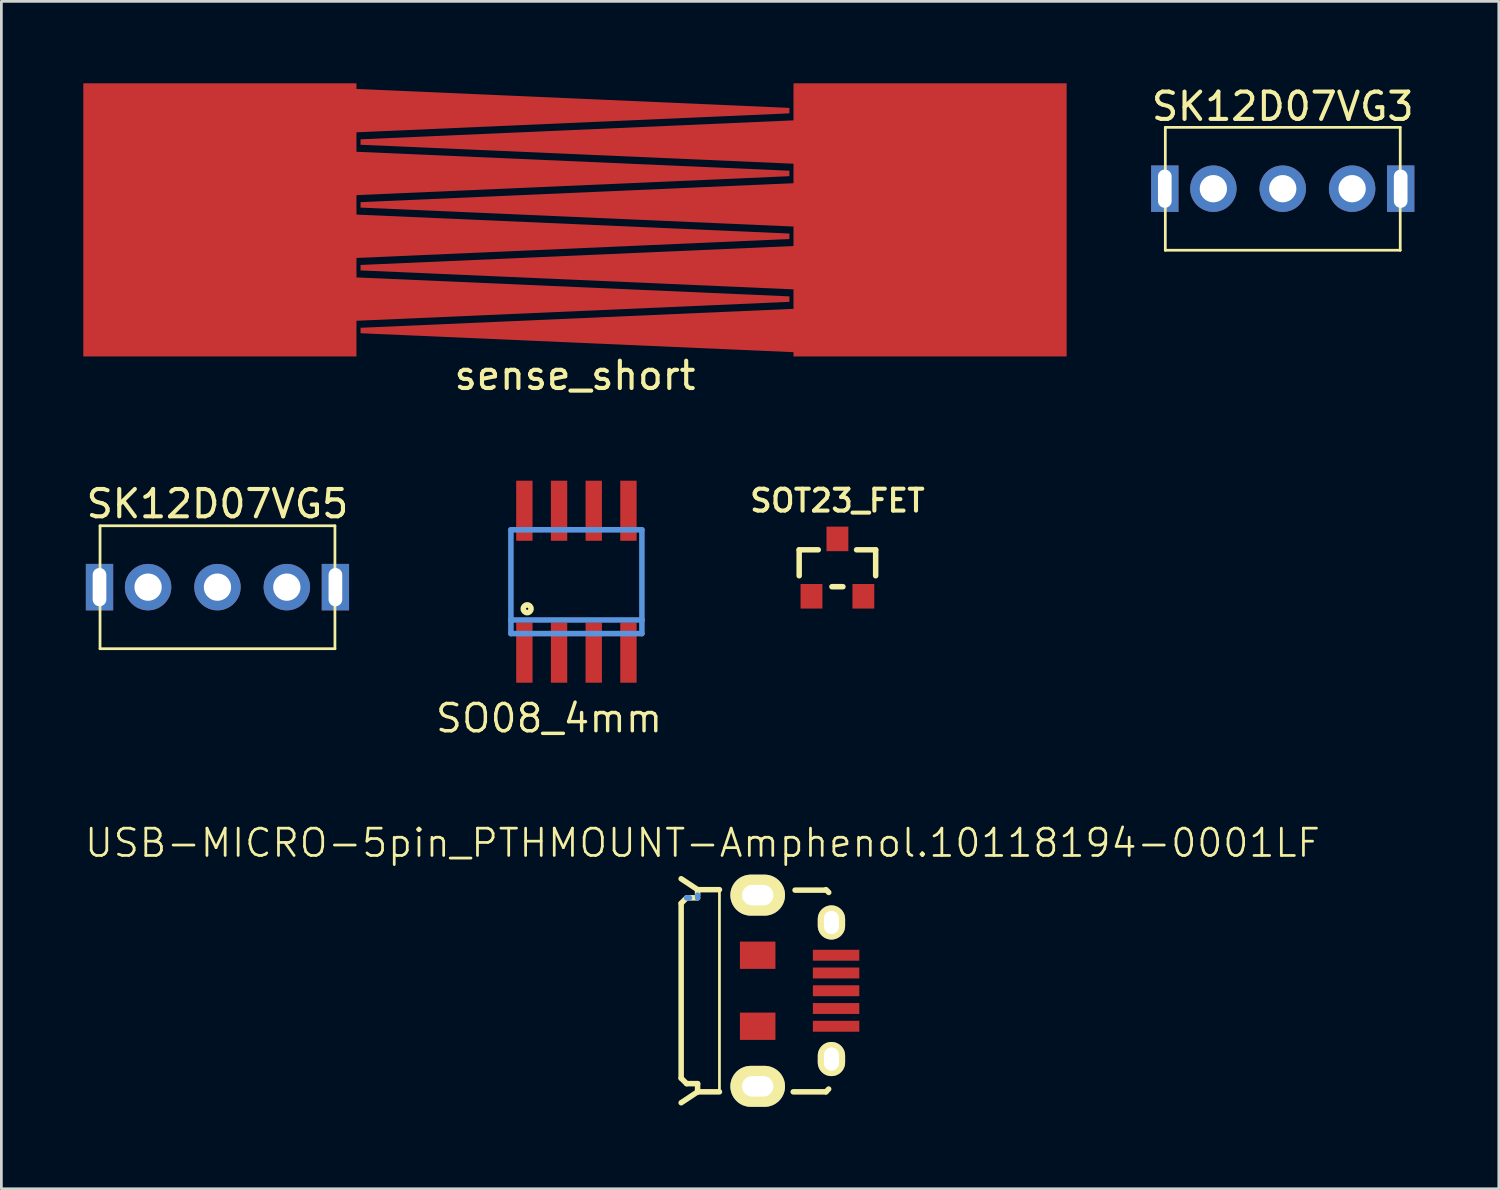
<source format=kicad_pcb>
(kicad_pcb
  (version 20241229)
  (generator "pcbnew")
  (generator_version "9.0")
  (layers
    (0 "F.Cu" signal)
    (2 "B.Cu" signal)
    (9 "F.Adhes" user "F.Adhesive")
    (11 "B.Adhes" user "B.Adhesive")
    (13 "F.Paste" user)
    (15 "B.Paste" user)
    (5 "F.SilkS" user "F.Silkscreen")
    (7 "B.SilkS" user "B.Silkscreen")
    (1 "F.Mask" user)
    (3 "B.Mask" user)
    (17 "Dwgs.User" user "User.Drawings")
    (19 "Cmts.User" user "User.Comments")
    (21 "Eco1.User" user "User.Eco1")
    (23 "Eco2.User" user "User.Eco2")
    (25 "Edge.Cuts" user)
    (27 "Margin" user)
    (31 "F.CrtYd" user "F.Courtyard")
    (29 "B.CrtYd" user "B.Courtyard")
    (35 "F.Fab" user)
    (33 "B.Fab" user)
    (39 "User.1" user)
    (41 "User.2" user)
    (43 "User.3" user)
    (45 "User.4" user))
  (footprint "SO08_4mm"
    (layer "F.Cu")
    (at 18.052 18.246)
    (property "Reference" "SO08_4mm" (at -1 5 180) (layer "F.SilkS") (effects (font (size 1 1) (thickness 0.125))))
    (attr through_hole)
    (fp_circle (center -1.803 0.991) (end -1.661 0.991) (stroke (width 0.203) (type solid)) (fill no) (layer "F.SilkS"))
    (fp_line (start -2.398 -1.9) (end 2.398 -1.9) (stroke (width 0.203) (type solid)) (layer "Cmts.User"))
    (fp_line (start -2.398 1.4) (end -2.398 -1.9) (stroke (width 0.203) (type solid)) (layer "Cmts.User"))
    (fp_line (start -2.398 1.9) (end -2.398 1.4) (stroke (width 0.203) (type solid)) (layer "Cmts.User"))
    (fp_line (start 2.398 -1.9) (end 2.398 1.4) (stroke (width 0.203) (type solid)) (layer "Cmts.User"))
    (fp_line (start 2.398 1.4) (end -2.398 1.4) (stroke (width 0.203) (type solid)) (layer "Cmts.User"))
    (fp_line (start 2.398 1.4) (end 2.398 1.9) (stroke (width 0.203) (type solid)) (layer "Cmts.User"))
    (fp_line (start 2.398 1.9) (end -2.398 1.9) (stroke (width 0.203) (type solid)) (layer "Cmts.User"))
    (pad "1" smd rect (at -1.905 2.598) (size 0.599 2.2) (layers "F.Cu" "F.Mask" "F.Paste"))
    (pad "2" smd rect (at -0.635 2.598) (size 0.599 2.2) (layers "F.Cu" "F.Mask" "F.Paste"))
    (pad "3" smd rect (at 0.635 2.598) (size 0.599 2.2) (layers "F.Cu" "F.Mask" "F.Paste"))
    (pad "4" smd rect (at 1.905 2.598) (size 0.599 2.2) (layers "F.Cu" "F.Mask" "F.Paste"))
    (pad "5" smd rect (at 1.905 -2.598) (size 0.599 2.2) (layers "F.Cu" "F.Mask" "F.Paste"))
    (pad "6" smd rect (at 0.635 -2.598) (size 0.599 2.2) (layers "F.Cu" "F.Mask" "F.Paste"))
    (pad "7" smd rect (at -0.635 -2.598) (size 0.599 2.2) (layers "F.Cu" "F.Mask" "F.Paste"))
    (pad "8" smd rect (at -1.905 -2.598) (size 0.599 2.2) (layers "F.Cu" "F.Mask" "F.Paste")))
  (footprint "SOT23_FET"
    (layer "F.Cu")
    (at 27.608 17.779)
    (property "Reference" "SOT23_FET" (at 0 -2.5 0) (layer "F.SilkS") (effects (font (size 0.8 0.8) (thickness 0.15))))
    (attr smd)
    (fp_line (start -1.4 -0.701) (end -1.4 0.249) (stroke (width 0.201) (type solid)) (layer "F.SilkS"))
    (fp_line (start -1.4 -0.701) (end -0.701 -0.701) (stroke (width 0.201) (type solid)) (layer "F.SilkS"))
    (fp_line (start -0.201 0.65) (end 0.201 0.65) (stroke (width 0.201) (type solid)) (layer "F.SilkS"))
    (fp_line (start 1.4 -0.701) (end 0.701 -0.701) (stroke (width 0.201) (type solid)) (layer "F.SilkS"))
    (fp_line (start 1.4 -0.701) (end 1.4 0.249) (stroke (width 0.201) (type solid)) (layer "F.SilkS"))
    (pad "D" smd rect (at 0 -1.1) (size 0.8 0.899) (layers "F.Cu" "F.Mask" "F.Paste"))
    (pad "G" smd rect (at -0.95 1.001) (size 0.8 0.899) (layers "F.Cu" "F.Mask" "F.Paste"))
    (pad "S" smd rect (at 0.95 1.001) (size 0.8 0.899) (layers "F.Cu" "F.Mask" "F.Paste")))
  (footprint "SK12D07VG3"
    (layer "F.Cu")
    (at 43.911 3.858)
    (property "Reference" "SK12D07VG3" (at 0 -3.01 0) (layer "F.SilkS") (effects (font (size 1 1) (thickness 0.15))))
    (attr through_hole)
    (fp_line (start -4.299 -2.246) (end 4.301 -2.246) (stroke (width 0.1) (type solid)) (layer "F.SilkS"))
    (fp_line (start -4.299 -0.596) (end -4.299 -2.246) (stroke (width 0.1) (type solid)) (layer "F.SilkS"))
    (fp_line (start -4.299 0.604) (end -4.299 -0.596) (stroke (width 0.1) (type solid)) (layer "F.SilkS"))
    (fp_line (start -4.299 2.254) (end -4.299 0.604) (stroke (width 0.1) (type solid)) (layer "F.SilkS"))
    (fp_line (start 4.301 -2.246) (end 4.301 -0.596) (stroke (width 0.1) (type solid)) (layer "F.SilkS"))
    (fp_line (start 4.301 -0.596) (end 4.301 0.604) (stroke (width 0.1) (type solid)) (layer "F.SilkS"))
    (fp_line (start 4.301 0.604) (end 4.301 2.254) (stroke (width 0.1) (type solid)) (layer "F.SilkS"))
    (fp_line (start 4.301 2.254) (end -4.299 2.254) (stroke (width 0.1) (type solid)) (layer "F.SilkS"))
    (fp_line (start -2.049 -3.746) (end 0.001 -3.746) (stroke (width 0.1) (type solid)) (layer "Eco2.User"))
    (fp_line (start -2.049 -2.246) (end -2.049 -3.746) (stroke (width 0.1) (type solid)) (layer "Eco2.User"))
    (fp_line (start 0.001 -3.746) (end 0.001 -2.246) (stroke (width 0.1) (type solid)) (layer "Eco2.User"))
    (fp_line (start 0.001 -3.746) (end 2.051 -3.746) (stroke (width 0.1) (type solid)) (layer "Eco2.User"))
    (fp_line (start 0.001 -2.246) (end 0.001 -3.746) (stroke (width 0.1) (type solid)) (layer "Eco2.User"))
    (fp_line (start 2.051 -3.746) (end 2.051 -2.246) (stroke (width 0.1) (type solid)) (layer "Eco2.User"))
    (pad "" thru_hole rect (at -4.318 0) (size 1 1.7) (drill oval 0.5 1.4) (layers "*.Cu" "*.Mask"))
    (pad "" thru_hole rect (at 4.318 0) (size 1 1.7) (drill oval 0.5 1.4) (layers "*.Cu" "*.Mask"))
    (pad "1" thru_hole circle (at -2.54 0) (size 1.7 1.7) (drill 1) (layers "*.Cu" "*.Mask"))
    (pad "2" thru_hole circle (at 0 0) (size 1.7 1.7) (drill 1) (layers "*.Cu" "*.Mask"))
    (pad "3" thru_hole circle (at 2.54 0) (size 1.7 1.7) (drill 1) (layers "*.Cu" "*.Mask")))
  (footprint "USB-MICRO-5pin_PTHMOUNT-Amphenol.10118194-0001LF"
    (layer "F.Cu")
    (at 25.789 33.261)
    (property "Reference" "USB-MICRO-5pin_PTHMOUNT-Amphenol.10118194-0001LF" (at -3.12 -5.45 180) (layer "F.SilkS") (effects (font (size 1 1) (thickness 0.1))))
    (attr smd)
    (fp_line (start -3.902 -3.24) (end -3.902 3.16) (stroke (width 0.201) (type solid)) (layer "F.SilkS"))
    (fp_line (start -3.902 4.06) (end -3.3 3.661) (stroke (width 0.201) (type solid)) (layer "F.SilkS"))
    (fp_line (start -3.701 -3.441) (end -3.902 -3.24) (stroke (width 0.201) (type solid)) (layer "F.SilkS"))
    (fp_line (start -3.701 3.361) (end -3.902 3.16) (stroke (width 0.201) (type solid)) (layer "F.SilkS"))
    (fp_line (start -3.3 -3.741) (end -3.902 -4.14) (stroke (width 0.201) (type solid)) (layer "F.SilkS"))
    (fp_line (start -3.3 -3.741) (end -3.3 -3.54) (stroke (width 0.201) (type solid)) (layer "F.SilkS"))
    (fp_line (start -3.3 -3.441) (end -3.599 -3.441) (stroke (width 0.201) (type solid)) (layer "F.SilkS"))
    (fp_line (start -3.3 3.361) (end -3.701 3.361) (stroke (width 0.201) (type solid)) (layer "F.SilkS"))
    (fp_line (start -3.3 3.661) (end -3.3 3.361) (stroke (width 0.201) (type solid)) (layer "F.SilkS"))
    (fp_line (start -3.3 3.661) (end -2.5 3.661) (stroke (width 0.201) (type solid)) (layer "F.SilkS"))
    (fp_line (start -2.5 -3.741) (end -3.3 -3.741) (stroke (width 0.201) (type solid)) (layer "F.SilkS"))
    (fp_line (start -2.5 -3.741) (end -2.5 3.661) (stroke (width 0.099) (type solid)) (layer "F.SilkS"))
    (fp_line (start 1.346 -3.723) (end 0.267 -3.723) (stroke (width 0.2) (type solid)) (layer "F.SilkS"))
    (fp_line (start 1.399 3.661) (end 0.2 3.661) (stroke (width 0.201) (type solid)) (layer "F.SilkS"))
    (fp_line (start 1.399 3.661) (end 1.498 3.559) (stroke (width 0.201) (type solid)) (layer "F.SilkS"))
    (fp_line (start 1.501 -3.639) (end 1.402 -3.741) (stroke (width 0.201) (type solid)) (layer "F.SilkS"))
    (fp_line (start -3.599 -3.441) (end -3.701 -3.441) (stroke (width 0.201) (type solid)) (layer "Cmts.User"))
    (fp_line (start -3.3 -3.54) (end -3.3 -3.441) (stroke (width 0.201) (type solid)) (layer "Cmts.User"))
    (pad "1" smd rect (at 1.77 -1.34) (size 1.7 0.4) (layers "F.Cu" "F.Mask" "F.Paste"))
    (pad "2" smd rect (at 1.77 -0.69) (size 1.7 0.4) (layers "F.Cu" "F.Mask" "F.Paste"))
    (pad "3" smd rect (at 1.77 -0.04) (size 1.7 0.4) (layers "F.Cu" "F.Mask" "F.Paste"))
    (pad "4" smd rect (at 1.77 0.61) (size 1.7 0.4) (layers "F.Cu" "F.Mask" "F.Paste"))
    (pad "5" smd rect (at 1.77 1.26) (size 1.7 0.4) (layers "F.Cu" "F.Mask" "F.Paste"))
    (pad "6" thru_hole oval (at -1.1 -3.54) (size 2 1.5) (drill oval 1.15 0.75) (layers "*.Cu" "*.Mask" "F.SilkS"))
    (pad "6" smd rect (at -1.1 -1.34) (size 1.3 1) (layers "F.Cu" "F.Mask" "F.Paste"))
    (pad "6" smd rect (at -1.1 1.26) (size 1.3 1) (layers "F.Cu" "F.Mask" "F.Paste"))
    (pad "6" thru_hole oval (at -1.1 3.46) (size 2 1.5) (drill oval 1.15 0.75) (layers "*.Cu" "*.Mask" "F.SilkS"))
    (pad "6" thru_hole oval (at 1.6 -2.54) (size 1 1.25) (drill oval 0.55 0.85) (layers "*.Cu" "*.Mask" "F.SilkS"))
    (pad "6" thru_hole oval (at 1.6 2.46) (size 1 1.25) (drill oval 0.55 0.85) (layers "*.Cu" "*.Mask" "F.SilkS")))
  (footprint "SK12D07VG5"
    (layer "F.Cu")
    (at 4.911 18.445)
    (property "Reference" "SK12D07VG5" (at 0 -3.048 0) (layer "F.SilkS") (effects (font (size 1 1) (thickness 0.15))))
    (attr through_hole)
    (fp_line (start -4.299 -2.246) (end 4.301 -2.246) (stroke (width 0.1) (type solid)) (layer "F.SilkS"))
    (fp_line (start -4.299 -0.596) (end -4.299 -2.246) (stroke (width 0.1) (type solid)) (layer "F.SilkS"))
    (fp_line (start -4.299 0.604) (end -4.299 -0.596) (stroke (width 0.1) (type solid)) (layer "F.SilkS"))
    (fp_line (start -4.299 2.254) (end -4.299 0.604) (stroke (width 0.1) (type solid)) (layer "F.SilkS"))
    (fp_line (start 4.301 -2.246) (end 4.301 -0.596) (stroke (width 0.1) (type solid)) (layer "F.SilkS"))
    (fp_line (start 4.301 -0.596) (end 4.301 0.604) (stroke (width 0.1) (type solid)) (layer "F.SilkS"))
    (fp_line (start 4.301 0.604) (end 4.301 2.254) (stroke (width 0.1) (type solid)) (layer "F.SilkS"))
    (fp_line (start 4.301 2.254) (end -4.299 2.254) (stroke (width 0.1) (type solid)) (layer "F.SilkS"))
    (pad "" thru_hole rect (at -4.318 0) (size 1 1.7) (drill oval 0.5 1.4) (layers "*.Cu" "*.Mask"))
    (pad "" thru_hole rect (at 4.318 0) (size 1 1.7) (drill oval 0.5 1.4) (layers "*.Cu" "*.Mask"))
    (pad "1" thru_hole circle (at -2.54 0) (size 1.7 1.7) (drill 1) (layers "*.Cu" "*.Mask"))
    (pad "2" thru_hole circle (at 0 0) (size 1.7 1.7) (drill 1) (layers "*.Cu" "*.Mask"))
    (pad "3" thru_hole circle (at 2.54 0) (size 1.7 1.7) (drill 1) (layers "*.Cu" "*.Mask")))
  (footprint "sense_short"
    (layer "F.Cu")
    (at 18 5)
    (property "Reference" "sense_short" (at 0 5.7 0) (layer "F.SilkS") (effects (font (size 1 1) (thickness 0.15))))
    (attr through_hole)
    (pad "1" smd rect (at -13 0) (size 10 10) (layers "F.Cu"))
    (pad "1" smd trapezoid (at -0.15 -4) (size 16 0.9) (rect_delta 0.7 0) (layers "F.Cu"))
    (pad "1" smd trapezoid (at -0.15 -1.7) (size 16 0.9) (rect_delta 0.7 0) (layers "F.Cu"))
    (pad "1" smd trapezoid (at -0.15 0.6) (size 16 0.9) (rect_delta 0.7 0) (layers "F.Cu"))
    (pad "1" smd trapezoid (at -0.15 2.9) (size 16 0.9) (rect_delta 0.7 0) (layers "F.Cu"))
    (pad "2" smd trapezoid (at 0.15 -2.85 180) (size 16 0.9) (rect_delta 0.7 0) (layers "F.Cu"))
    (pad "2" smd trapezoid (at 0.15 -0.55 180) (size 16 0.9) (rect_delta 0.7 0) (layers "F.Cu"))
    (pad "2" smd trapezoid (at 0.15 1.75 180) (size 16 0.9) (rect_delta 0.7 0) (layers "F.Cu"))
    (pad "2" smd trapezoid (at 0.15 4.05 180) (size 16 0.9) (rect_delta 0.7 0) (layers "F.Cu"))
    (pad "2" smd rect (at 13 0 180) (size 10 10) (layers "F.Cu")))
  (gr_rect
    (start -3 -3)
    (end 51.821 40.471)
    (stroke (width 0.1) (type default))
    (fill no)
    (layer "Edge.Cuts")))
</source>
